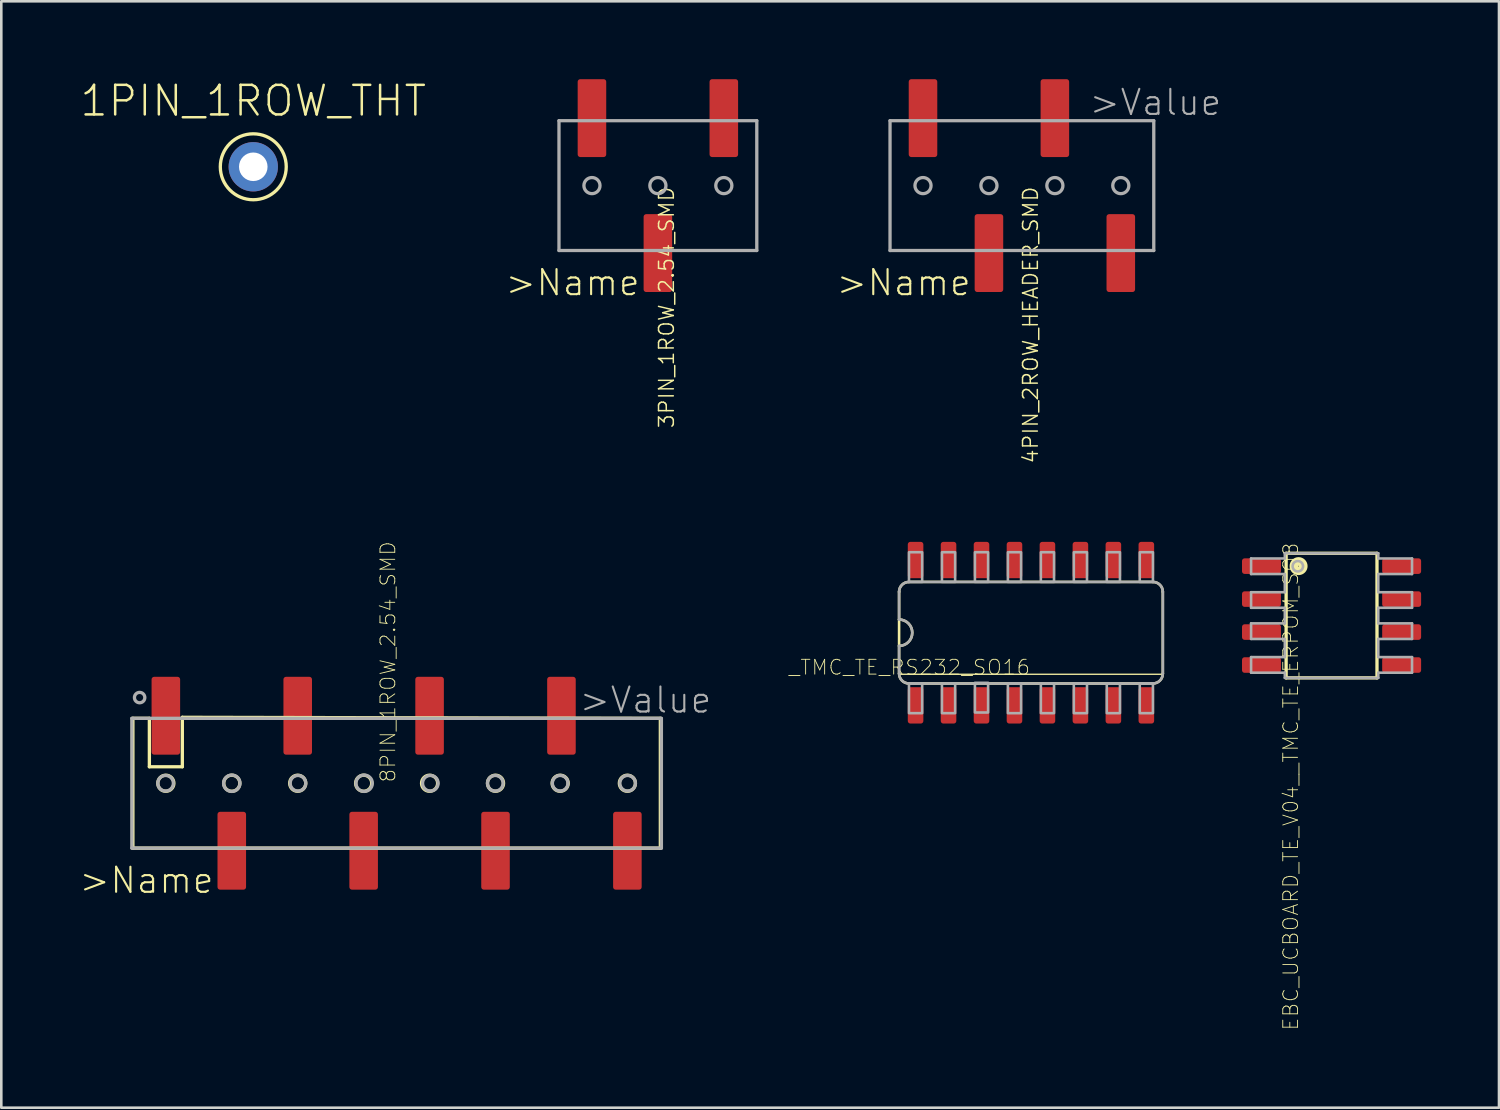
<source format=kicad_pcb>
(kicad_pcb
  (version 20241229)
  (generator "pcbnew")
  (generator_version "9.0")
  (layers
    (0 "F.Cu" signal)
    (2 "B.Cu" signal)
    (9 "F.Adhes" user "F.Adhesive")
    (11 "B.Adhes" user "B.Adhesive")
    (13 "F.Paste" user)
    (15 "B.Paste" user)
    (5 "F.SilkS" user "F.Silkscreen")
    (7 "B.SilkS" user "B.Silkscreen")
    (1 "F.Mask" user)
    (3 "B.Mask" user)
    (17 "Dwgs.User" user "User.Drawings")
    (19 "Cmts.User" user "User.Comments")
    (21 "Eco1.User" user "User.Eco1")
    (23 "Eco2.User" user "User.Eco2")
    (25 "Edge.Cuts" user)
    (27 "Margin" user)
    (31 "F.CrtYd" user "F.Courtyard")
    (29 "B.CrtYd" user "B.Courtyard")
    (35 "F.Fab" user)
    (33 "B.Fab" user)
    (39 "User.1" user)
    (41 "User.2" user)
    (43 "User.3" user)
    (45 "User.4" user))
  (footprint "EBC_UCBOARD_TE_V04__TMC_TE_ERPOM_SO8"
    (layer "F.Cu")
    (at 48.246 20.664)
    (property "Reference" "EBC_UCBOARD_TE_V04__TMC_TE_ERPOM_SO8" (at -1.905 -2.84 90) (layer "F.SilkS") (effects (font (size 0.57 0.57) (thickness 0.034)) (justify right top)))
    (attr through_hole)
    (fp_line (start -1.75 -2.4) (end -1.75 2.4) (stroke (width 0.127) (type solid)) (layer "F.SilkS"))
    (fp_line (start -1.75 2.4) (end 1.75 2.4) (stroke (width 0.127) (type solid)) (layer "F.SilkS"))
    (fp_line (start 1.75 -2.4) (end -1.75 -2.4) (stroke (width 0.127) (type solid)) (layer "F.SilkS"))
    (fp_line (start 1.75 2.4) (end 1.75 -2.4) (stroke (width 0.127) (type solid)) (layer "F.SilkS"))
    (fp_circle (center -1.27 -1.905) (end -1.24 -1.905) (stroke (width 0.127) (type solid)) (fill no) (layer "F.SilkS"))
    (fp_circle (center -1.27 -1.905) (end -1.19 -1.905) (stroke (width 0.127) (type solid)) (fill no) (layer "F.SilkS"))
    (fp_circle (center -1.27 -1.905) (end -1.09 -1.905) (stroke (width 0.127) (type solid)) (fill no) (layer "F.SilkS"))
    (fp_circle (center -1.27 -1.905) (end -0.987 -1.905) (stroke (width 0.127) (type solid)) (fill no) (layer "F.SilkS"))
    (fp_line (start -3.1 -2.2) (end -1.8 -2.2) (stroke (width 0.1) (type solid)) (layer "F.Fab"))
    (fp_line (start -3.1 -1.6) (end -3.1 -2.2) (stroke (width 0.1) (type solid)) (layer "F.Fab"))
    (fp_line (start -3.1 -0.9) (end -1.8 -0.9) (stroke (width 0.1) (type solid)) (layer "F.Fab"))
    (fp_line (start -3.1 -0.3) (end -3.1 -0.9) (stroke (width 0.1) (type solid)) (layer "F.Fab"))
    (fp_line (start -3.1 0.3) (end -1.8 0.3) (stroke (width 0.1) (type solid)) (layer "F.Fab"))
    (fp_line (start -3.1 0.9) (end -3.1 0.3) (stroke (width 0.1) (type solid)) (layer "F.Fab"))
    (fp_line (start -3.1 1.6) (end -1.8 1.6) (stroke (width 0.1) (type solid)) (layer "F.Fab"))
    (fp_line (start -3.1 2.2) (end -3.1 1.6) (stroke (width 0.1) (type solid)) (layer "F.Fab"))
    (fp_line (start -1.8 -2.4) (end 1.8 -2.4) (stroke (width 0.1) (type solid)) (layer "F.Fab"))
    (fp_line (start -1.8 -2.2) (end -1.8 -2.4) (stroke (width 0.1) (type solid)) (layer "F.Fab"))
    (fp_line (start -1.8 -1.6) (end -3.1 -1.6) (stroke (width 0.1) (type solid)) (layer "F.Fab"))
    (fp_line (start -1.8 -0.9) (end -1.8 -1.6) (stroke (width 0.1) (type solid)) (layer "F.Fab"))
    (fp_line (start -1.8 -0.3) (end -3.1 -0.3) (stroke (width 0.1) (type solid)) (layer "F.Fab"))
    (fp_line (start -1.8 0.3) (end -1.8 -0.3) (stroke (width 0.1) (type solid)) (layer "F.Fab"))
    (fp_line (start -1.8 0.9) (end -3.1 0.9) (stroke (width 0.1) (type solid)) (layer "F.Fab"))
    (fp_line (start -1.8 1.6) (end -1.8 0.9) (stroke (width 0.1) (type solid)) (layer "F.Fab"))
    (fp_line (start -1.8 2.2) (end -3.1 2.2) (stroke (width 0.1) (type solid)) (layer "F.Fab"))
    (fp_line (start -1.8 2.4) (end -1.8 2.2) (stroke (width 0.1) (type solid)) (layer "F.Fab"))
    (fp_line (start 1.8 -2.4) (end 1.8 -2.2) (stroke (width 0.1) (type solid)) (layer "F.Fab"))
    (fp_line (start 1.8 -2.2) (end 3.1 -2.2) (stroke (width 0.1) (type solid)) (layer "F.Fab"))
    (fp_line (start 1.8 -1.6) (end 1.8 -0.9) (stroke (width 0.1) (type solid)) (layer "F.Fab"))
    (fp_line (start 1.8 -0.9) (end 3.1 -0.9) (stroke (width 0.1) (type solid)) (layer "F.Fab"))
    (fp_line (start 1.8 -0.3) (end 1.8 0.3) (stroke (width 0.1) (type solid)) (layer "F.Fab"))
    (fp_line (start 1.8 0.3) (end 3.1 0.3) (stroke (width 0.1) (type solid)) (layer "F.Fab"))
    (fp_line (start 1.8 0.9) (end 1.8 1.6) (stroke (width 0.1) (type solid)) (layer "F.Fab"))
    (fp_line (start 1.8 1.6) (end 3.1 1.6) (stroke (width 0.1) (type solid)) (layer "F.Fab"))
    (fp_line (start 1.8 2.2) (end 1.8 2.4) (stroke (width 0.1) (type solid)) (layer "F.Fab"))
    (fp_line (start 1.8 2.4) (end -1.8 2.4) (stroke (width 0.1) (type solid)) (layer "F.Fab"))
    (fp_line (start 3.1 -2.2) (end 3.1 -1.6) (stroke (width 0.1) (type solid)) (layer "F.Fab"))
    (fp_line (start 3.1 -1.6) (end 1.8 -1.6) (stroke (width 0.1) (type solid)) (layer "F.Fab"))
    (fp_line (start 3.1 -0.9) (end 3.1 -0.3) (stroke (width 0.1) (type solid)) (layer "F.Fab"))
    (fp_line (start 3.1 -0.3) (end 1.8 -0.3) (stroke (width 0.1) (type solid)) (layer "F.Fab"))
    (fp_line (start 3.1 0.3) (end 3.1 0.9) (stroke (width 0.1) (type solid)) (layer "F.Fab"))
    (fp_line (start 3.1 0.9) (end 1.8 0.9) (stroke (width 0.1) (type solid)) (layer "F.Fab"))
    (fp_line (start 3.1 1.6) (end 3.1 2.2) (stroke (width 0.1) (type solid)) (layer "F.Fab"))
    (fp_line (start 3.1 2.2) (end 1.8 2.2) (stroke (width 0.1) (type solid)) (layer "F.Fab"))
    (fp_circle (center -1.3 -1.9) (end -1.1 -1.9) (stroke (width 0.1) (type solid)) (fill no) (layer "F.Fab"))
    (pad "1" smd roundrect (at -2.7 -1.905) (size 1.5 0.6) (layers "F.Cu" "F.Mask" "F.Paste") (roundrect_rratio 0.167))
    (pad "2" smd roundrect (at -2.7 -0.635) (size 1.5 0.6) (layers "F.Cu" "F.Mask" "F.Paste") (roundrect_rratio 0.167))
    (pad "3" smd roundrect (at -2.7 0.635) (size 1.5 0.6) (layers "F.Cu" "F.Mask" "F.Paste") (roundrect_rratio 0.167))
    (pad "4" smd roundrect (at -2.7 1.905) (size 1.5 0.6) (layers "F.Cu" "F.Mask" "F.Paste") (roundrect_rratio 0.167))
    (pad "5" smd roundrect (at 2.7 1.905) (size 1.5 0.6) (layers "F.Cu" "F.Mask" "F.Paste") (roundrect_rratio 0.167))
    (pad "6" smd roundrect (at 2.7 0.635) (size 1.5 0.6) (layers "F.Cu" "F.Mask" "F.Paste") (roundrect_rratio 0.167))
    (pad "7" smd roundrect (at 2.7 -0.635) (size 1.5 0.6) (layers "F.Cu" "F.Mask" "F.Paste") (roundrect_rratio 0.167))
    (pad "8" smd roundrect (at 2.7 -1.905) (size 1.5 0.6) (layers "F.Cu" "F.Mask" "F.Paste") (roundrect_rratio 0.167)))
  (footprint "4PIN_2ROW_HEADER_SMD"
    (layer "F.Cu")
    (at 36.317 4.1)
    (property "Reference" "4PIN_2ROW_HEADER_SMD" (at 0 0 270) (layer "F.SilkS") (effects (font (size 0.57 0.57) (thickness 0.057)) (justify right top)))
    (attr through_hole)
    (fp_line (start -5.08 2.5) (end -5.08 -2.5) (stroke (width 0.127) (type solid)) (layer "F.Fab"))
    (fp_line (start 5.08 -2.5) (end -5.08 -2.5) (stroke (width 0.127) (type solid)) (layer "F.Fab"))
    (fp_line (start 5.08 2.5) (end -5.08 2.5) (stroke (width 0.127) (type solid)) (layer "F.Fab"))
    (fp_line (start 5.08 2.5) (end 5.08 -2.5) (stroke (width 0.127) (type solid)) (layer "F.Fab"))
    (fp_circle (center -3.81 0) (end -3.5 0) (stroke (width 0.127) (type solid)) (fill no) (layer "F.Fab"))
    (fp_circle (center -1.27 0) (end -0.96 0) (stroke (width 0.127) (type solid)) (fill no) (layer "F.Fab"))
    (fp_circle (center 1.27 0) (end 1.58 0) (stroke (width 0.127) (type solid)) (fill no) (layer "F.Fab"))
    (fp_circle (center 3.81 0) (end 4.12 0) (stroke (width 0.127) (type solid)) (fill no) (layer "F.Fab"))
    (fp_text user ">Name" (at -1.905 3.175 0) (layer "F.SilkS") (effects (font (size 0.965 0.965) (thickness 0.081)) (justify right top)))
    (fp_text user ">Value" (at 2.54 -2.64 0) (layer "F.Fab") (effects (font (size 0.965 0.965) (thickness 0.081)) (justify left bottom)))
    (pad "1" smd roundrect (at -3.81 -2.6) (size 1.1 3) (layers "F.Cu" "F.Mask" "F.Paste") (roundrect_rratio 0.091))
    (pad "2" smd roundrect (at -1.27 2.6 180) (size 1.1 3) (layers "F.Cu" "F.Mask" "F.Paste") (roundrect_rratio 0.091))
    (pad "3" smd roundrect (at 1.27 -2.6) (size 1.1 3) (layers "F.Cu" "F.Mask" "F.Paste") (roundrect_rratio 0.091))
    (pad "4" smd roundrect (at 3.81 2.6 180) (size 1.1 3) (layers "F.Cu" "F.Mask" "F.Paste") (roundrect_rratio 0.091)))
  (footprint "8PIN_1ROW_2.54_SMD"
    (layer "F.Cu")
    (at 12.229 27.123)
    (property "Reference" "8PIN_1ROW_2.54_SMD" (at 0 0 270) (layer "F.SilkS") (effects (font (size 0.57 0.57) (thickness 0.034)) (justify left bottom)))
    (attr through_hole)
    (fp_line (start -10.16 2.5) (end -10.16 -2.5) (stroke (width 0.127) (type solid)) (layer "F.SilkS"))
    (fp_line (start -9.525 -2.5) (end -10.16 -2.5) (stroke (width 0.127) (type solid)) (layer "F.SilkS"))
    (fp_line (start -9.525 -0.635) (end -9.525 -2.5) (stroke (width 0.127) (type solid)) (layer "F.SilkS"))
    (fp_line (start -8.255 -2.54) (end -8.255 -0.635) (stroke (width 0.127) (type solid)) (layer "F.SilkS"))
    (fp_line (start -8.255 -0.635) (end -9.525 -0.635) (stroke (width 0.127) (type solid)) (layer "F.SilkS"))
    (fp_line (start 10.16 -2.5) (end -8.255 -2.54) (stroke (width 0.127) (type solid)) (layer "F.SilkS"))
    (fp_line (start 10.16 2.5) (end -10.16 2.5) (stroke (width 0.127) (type solid)) (layer "F.SilkS"))
    (fp_line (start 10.16 2.5) (end 10.16 -2.5) (stroke (width 0.127) (type solid)) (layer "F.SilkS"))
    (fp_circle (center -8.89 0) (end -8.58 0) (stroke (width 0.127) (type solid)) (fill no) (layer "F.SilkS"))
    (fp_circle (center -6.35 0) (end -6.04 0) (stroke (width 0.127) (type solid)) (fill no) (layer "F.SilkS"))
    (fp_circle (center -3.81 0) (end -3.5 0) (stroke (width 0.127) (type solid)) (fill no) (layer "F.SilkS"))
    (fp_circle (center -1.27 0) (end -0.96 0) (stroke (width 0.127) (type solid)) (fill no) (layer "F.SilkS"))
    (fp_circle (center 1.27 0) (end 1.58 0) (stroke (width 0.127) (type solid)) (fill no) (layer "F.SilkS"))
    (fp_circle (center 3.81 0) (end 4.12 0) (stroke (width 0.127) (type solid)) (fill no) (layer "F.SilkS"))
    (fp_circle (center 6.3 0) (end 6.61 0) (stroke (width 0.127) (type solid)) (fill no) (layer "F.SilkS"))
    (fp_circle (center 8.89 0) (end 9.2 0) (stroke (width 0.127) (type solid)) (fill no) (layer "F.SilkS"))
    (fp_line (start -10.2 -2.5) (end 10.2 -2.5) (stroke (width 0.127) (type solid)) (layer "F.Fab"))
    (fp_line (start -10.2 2.5) (end -10.2 -2.5) (stroke (width 0.127) (type solid)) (layer "F.Fab"))
    (fp_line (start 10.2 -2.5) (end 10.2 2.5) (stroke (width 0.127) (type solid)) (layer "F.Fab"))
    (fp_line (start 10.2 2.5) (end -10.2 2.5) (stroke (width 0.127) (type solid)) (layer "F.Fab"))
    (fp_circle (center -9.9 -3.3) (end -9.7 -3.3) (stroke (width 0.127) (type solid)) (fill no) (layer "F.Fab"))
    (fp_circle (center -8.9 0) (end -8.6 0) (stroke (width 0.127) (type solid)) (fill no) (layer "F.Fab"))
    (fp_circle (center -6.35 0) (end -6.034 0) (stroke (width 0.127) (type solid)) (fill no) (layer "F.Fab"))
    (fp_circle (center -3.8 0) (end -3.5 0) (stroke (width 0.127) (type solid)) (fill no) (layer "F.Fab"))
    (fp_circle (center -1.25 0) (end -0.934 0) (stroke (width 0.127) (type solid)) (fill no) (layer "F.Fab"))
    (fp_circle (center 1.3 0) (end 1.6 0) (stroke (width 0.127) (type solid)) (fill no) (layer "F.Fab"))
    (fp_circle (center 3.8 0) (end 4.1 0) (stroke (width 0.127) (type solid)) (fill no) (layer "F.Fab"))
    (fp_circle (center 6.3 0) (end 6.6 0) (stroke (width 0.127) (type solid)) (fill no) (layer "F.Fab"))
    (fp_circle (center 8.9 0) (end 9.2 0) (stroke (width 0.127) (type solid)) (fill no) (layer "F.Fab"))
    (fp_text user ">Name" (at -6.985 3.175 0) (layer "F.SilkS") (effects (font (size 0.965 0.965) (thickness 0.081)) (justify right top)))
    (fp_text user ">Value" (at 6.985 -2.64 0) (layer "F.Fab") (effects (font (size 0.965 0.965) (thickness 0.081)) (justify left bottom)))
    (pad "1" smd roundrect (at -8.89 -2.6) (size 1.1 3) (layers "F.Cu" "F.Mask" "F.Paste") (roundrect_rratio 0.091))
    (pad "2" smd roundrect (at -6.35 2.6 180) (size 1.1 3) (layers "F.Cu" "F.Mask" "F.Paste") (roundrect_rratio 0.091))
    (pad "3" smd roundrect (at -3.81 -2.6) (size 1.1 3) (layers "F.Cu" "F.Mask" "F.Paste") (roundrect_rratio 0.091))
    (pad "4" smd roundrect (at -1.27 2.6 180) (size 1.1 3) (layers "F.Cu" "F.Mask" "F.Paste") (roundrect_rratio 0.091))
    (pad "5" smd roundrect (at 1.27 -2.6) (size 1.1 3) (layers "F.Cu" "F.Mask" "F.Paste") (roundrect_rratio 0.091))
    (pad "6" smd roundrect (at 3.81 2.6 180) (size 1.1 3) (layers "F.Cu" "F.Mask" "F.Paste") (roundrect_rratio 0.091))
    (pad "7" smd roundrect (at 6.35 -2.6) (size 1.1 3) (layers "F.Cu" "F.Mask" "F.Paste") (roundrect_rratio 0.091))
    (pad "8" smd roundrect (at 8.89 2.6 180) (size 1.1 3) (layers "F.Cu" "F.Mask" "F.Paste") (roundrect_rratio 0.091)))
  (footprint "1PIN_1ROW_THT"
    (layer "F.Cu")
    (at 6.707 3.375)
    (property "Reference" "1PIN_1ROW_THT" (at 0 -2.54 0) (layer "F.SilkS") (effects (font (size 1.14 1.14) (thickness 0.096))))
    (attr through_hole)
    (fp_circle (center 0 0) (end 1.27 0) (stroke (width 0.127) (type solid)) (fill no) (layer "F.SilkS"))
    (pad "1" thru_hole circle (at 0 0 180) (size 1.9 1.9) (drill 1.1) (layers "*.Cu" "*.Mask")))
  (footprint "_TMC_TE_RS232_SO16"
    (layer "F.Cu")
    (at 36.666 21.324)
    (property "Reference" "_TMC_TE_RS232_SO16" (at 0 1 0) (layer "F.SilkS") (effects (font (size 0.57 0.57) (thickness 0.034)) (justify right top)))
    (attr through_hole)
    (fp_line (start -5.08 -1.575) (end -5.08 -0.508) (stroke (width 0.1) (type solid)) (layer "F.SilkS"))
    (fp_line (start -5.08 -0.508) (end -5.08 0.508) (stroke (width 0.1) (type solid)) (layer "F.SilkS"))
    (fp_line (start -5.08 0.508) (end -5.08 1.575) (stroke (width 0.1) (type solid)) (layer "F.SilkS"))
    (fp_line (start -5.08 1.6) (end 5.08 1.6) (stroke (width 0.051) (type solid)) (layer "F.SilkS"))
    (fp_line (start -4.699 1.956) (end 4.699 1.956) (stroke (width 0.1) (type solid)) (layer "F.SilkS"))
    (fp_line (start 4.699 -1.956) (end -4.699 -1.956) (stroke (width 0.1) (type solid)) (layer "F.SilkS"))
    (fp_line (start 5.08 1.575) (end 5.08 -1.575) (stroke (width 0.1) (type solid)) (layer "F.SilkS"))
    (fp_arc (start -5.08 -1.5748) (mid -4.968408 -1.844208) (end -4.699 -1.9558) (stroke (width 0.1) (type solid)) (layer "F.SilkS"))
    (fp_arc (start -5.08 -0.508) (mid -4.572 0) (end -5.08 0.508) (stroke (width 0.1) (type solid)) (layer "F.SilkS"))
    (fp_arc (start -4.699 1.9558) (mid -4.968408 1.844208) (end -5.08 1.5748) (stroke (width 0.1) (type solid)) (layer "F.SilkS"))
    (fp_arc (start 4.699 -1.9558) (mid 4.968408 -1.844208) (end 5.08 -1.5748) (stroke (width 0.1) (type solid)) (layer "F.SilkS"))
    (fp_arc (start 5.08 1.5748) (mid 4.968408 1.844208) (end 4.699 1.9558) (stroke (width 0.1) (type solid)) (layer "F.SilkS"))
    (fp_line (start -5.08 -1.575) (end -5.08 -0.508) (stroke (width 0.1) (type solid)) (layer "F.Fab"))
    (fp_line (start -5.08 0.508) (end -5.08 1.575) (stroke (width 0.1) (type solid)) (layer "F.Fab"))
    (fp_line (start -4.699 1.956) (end 4.699 1.956) (stroke (width 0.1) (type solid)) (layer "F.Fab"))
    (fp_line (start 4.699 -1.956) (end -4.699 -1.956) (stroke (width 0.1) (type solid)) (layer "F.Fab"))
    (fp_line (start 5.08 1.575) (end 5.08 -1.575) (stroke (width 0.1) (type solid)) (layer "F.Fab"))
    (fp_arc (start -5.08 -1.5748) (mid -4.968408 -1.844208) (end -4.699 -1.9558) (stroke (width 0.1) (type solid)) (layer "F.Fab"))
    (fp_arc (start -5.08 -0.508) (mid -4.572 0) (end -5.08 0.508) (stroke (width 0.1) (type solid)) (layer "F.Fab"))
    (fp_arc (start -4.699 1.9558) (mid -4.968408 1.844208) (end -5.08 1.5748) (stroke (width 0.1) (type solid)) (layer "F.Fab"))
    (fp_arc (start 4.699 -1.9558) (mid 4.968408 -1.844208) (end 5.08 -1.5748) (stroke (width 0.1) (type solid)) (layer "F.Fab"))
    (fp_arc (start 5.08 1.5748) (mid 4.968408 1.844208) (end 4.699 1.9558) (stroke (width 0.1) (type solid)) (layer "F.Fab"))
    (fp_poly (pts (xy -4.699 -1.956) (xy -4.191 -1.956) (xy -4.191 -3.099) (xy -4.699 -3.099)) (stroke (width 0.1) (type solid)) (fill no) (layer "F.Fab"))
    (fp_poly (pts (xy -4.699 3.099) (xy -4.191 3.099) (xy -4.191 1.956) (xy -4.699 1.956)) (stroke (width 0.1) (type solid)) (fill no) (layer "F.Fab"))
    (fp_poly (pts (xy -3.429 -1.956) (xy -2.921 -1.956) (xy -2.921 -3.099) (xy -3.429 -3.099)) (stroke (width 0.1) (type solid)) (fill no) (layer "F.Fab"))
    (fp_poly (pts (xy -3.429 3.099) (xy -2.921 3.099) (xy -2.921 1.956) (xy -3.429 1.956)) (stroke (width 0.1) (type solid)) (fill no) (layer "F.Fab"))
    (fp_poly (pts (xy -2.159 -1.956) (xy -1.651 -1.956) (xy -1.651 -3.099) (xy -2.159 -3.099)) (stroke (width 0.1) (type solid)) (fill no) (layer "F.Fab"))
    (fp_poly (pts (xy -2.159 3.073) (xy -1.651 3.073) (xy -1.651 1.93) (xy -2.159 1.93)) (stroke (width 0.1) (type solid)) (fill no) (layer "F.Fab"))
    (fp_poly (pts (xy -0.889 -1.956) (xy -0.381 -1.956) (xy -0.381 -3.099) (xy -0.889 -3.099)) (stroke (width 0.1) (type solid)) (fill no) (layer "F.Fab"))
    (fp_poly (pts (xy -0.889 3.099) (xy -0.381 3.099) (xy -0.381 1.956) (xy -0.889 1.956)) (stroke (width 0.1) (type solid)) (fill no) (layer "F.Fab"))
    (fp_poly (pts (xy 0.381 -1.956) (xy 0.889 -1.956) (xy 0.889 -3.099) (xy 0.381 -3.099)) (stroke (width 0.1) (type solid)) (fill no) (layer "F.Fab"))
    (fp_poly (pts (xy 0.381 3.099) (xy 0.889 3.099) (xy 0.889 1.956) (xy 0.381 1.956)) (stroke (width 0.1) (type solid)) (fill no) (layer "F.Fab"))
    (fp_poly (pts (xy 1.651 -1.956) (xy 2.159 -1.956) (xy 2.159 -3.099) (xy 1.651 -3.099)) (stroke (width 0.1) (type solid)) (fill no) (layer "F.Fab"))
    (fp_poly (pts (xy 1.651 3.099) (xy 2.159 3.099) (xy 2.159 1.956) (xy 1.651 1.956)) (stroke (width 0.1) (type solid)) (fill no) (layer "F.Fab"))
    (fp_poly (pts (xy 2.921 -1.956) (xy 3.429 -1.956) (xy 3.429 -3.099) (xy 2.921 -3.099)) (stroke (width 0.1) (type solid)) (fill no) (layer "F.Fab"))
    (fp_poly (pts (xy 2.921 3.099) (xy 3.429 3.099) (xy 3.429 1.956) (xy 2.921 1.956)) (stroke (width 0.1) (type solid)) (fill no) (layer "F.Fab"))
    (fp_poly (pts (xy 4.191 -1.956) (xy 4.699 -1.956) (xy 4.699 -3.099) (xy 4.191 -3.099)) (stroke (width 0.1) (type solid)) (fill no) (layer "F.Fab"))
    (fp_poly (pts (xy 4.191 3.099) (xy 4.699 3.099) (xy 4.699 1.956) (xy 4.191 1.956)) (stroke (width 0.1) (type solid)) (fill no) (layer "F.Fab"))
    (pad "1" smd roundrect (at -4.445 2.8) (size 0.6 1.4) (layers "F.Cu" "F.Mask" "F.Paste") (roundrect_rratio 0.167))
    (pad "2" smd roundrect (at -3.175 2.8) (size 0.6 1.4) (layers "F.Cu" "F.Mask" "F.Paste") (roundrect_rratio 0.167))
    (pad "3" smd roundrect (at -1.905 2.8) (size 0.6 1.4) (layers "F.Cu" "F.Mask" "F.Paste") (roundrect_rratio 0.167))
    (pad "4" smd roundrect (at -0.635 2.8) (size 0.6 1.4) (layers "F.Cu" "F.Mask" "F.Paste") (roundrect_rratio 0.167))
    (pad "5" smd roundrect (at 0.635 2.8) (size 0.6 1.4) (layers "F.Cu" "F.Mask" "F.Paste") (roundrect_rratio 0.167))
    (pad "6" smd roundrect (at 1.905 2.8) (size 0.6 1.4) (layers "F.Cu" "F.Mask" "F.Paste") (roundrect_rratio 0.167))
    (pad "7" smd roundrect (at 3.175 2.8) (size 0.6 1.4) (layers "F.Cu" "F.Mask" "F.Paste") (roundrect_rratio 0.167))
    (pad "8" smd roundrect (at 4.445 2.8) (size 0.6 1.4) (layers "F.Cu" "F.Mask" "F.Paste") (roundrect_rratio 0.167))
    (pad "9" smd roundrect (at 4.445 -2.8) (size 0.6 1.4) (layers "F.Cu" "F.Mask" "F.Paste") (roundrect_rratio 0.167))
    (pad "10" smd roundrect (at 3.175 -2.8) (size 0.6 1.4) (layers "F.Cu" "F.Mask" "F.Paste") (roundrect_rratio 0.167))
    (pad "11" smd roundrect (at 1.905 -2.8) (size 0.6 1.4) (layers "F.Cu" "F.Mask" "F.Paste") (roundrect_rratio 0.167))
    (pad "12" smd roundrect (at 0.635 -2.8) (size 0.6 1.4) (layers "F.Cu" "F.Mask" "F.Paste") (roundrect_rratio 0.167))
    (pad "13" smd roundrect (at -0.635 -2.8) (size 0.6 1.4) (layers "F.Cu" "F.Mask" "F.Paste") (roundrect_rratio 0.167))
    (pad "14" smd roundrect (at -1.905 -2.8) (size 0.6 1.4) (layers "F.Cu" "F.Mask" "F.Paste") (roundrect_rratio 0.167))
    (pad "15" smd roundrect (at -3.175 -2.8) (size 0.6 1.4) (layers "F.Cu" "F.Mask" "F.Paste") (roundrect_rratio 0.167))
    (pad "16" smd roundrect (at -4.445 -2.8) (size 0.6 1.4) (layers "F.Cu" "F.Mask" "F.Paste") (roundrect_rratio 0.167)))
  (footprint "3PIN_1ROW_2.54_SMD"
    (layer "F.Cu")
    (at 22.294 4.1)
    (property "Reference" "3PIN_1ROW_2.54_SMD" (at 0 0 90) (layer "F.SilkS") (effects (font (size 0.57 0.57) (thickness 0.057)) (justify right top)))
    (attr through_hole)
    (fp_line (start -3.81 2.5) (end -3.81 -2.5) (stroke (width 0.127) (type solid)) (layer "F.Fab"))
    (fp_line (start 3.81 -2.5) (end -3.81 -2.5) (stroke (width 0.127) (type solid)) (layer "F.Fab"))
    (fp_line (start 3.81 2.5) (end -3.81 2.5) (stroke (width 0.127) (type solid)) (layer "F.Fab"))
    (fp_line (start 3.81 2.5) (end 3.81 -2.5) (stroke (width 0.127) (type solid)) (layer "F.Fab"))
    (fp_circle (center -2.54 0) (end -2.23 0) (stroke (width 0.127) (type solid)) (fill no) (layer "F.Fab"))
    (fp_circle (center 0 0) (end 0.31 0) (stroke (width 0.127) (type solid)) (fill no) (layer "F.Fab"))
    (fp_circle (center 2.54 0) (end 2.85 0) (stroke (width 0.127) (type solid)) (fill no) (layer "F.Fab"))
    (fp_text user ">Name" (at -0.635 3.175 0) (layer "F.SilkS") (effects (font (size 0.965 0.965) (thickness 0.081)) (justify right top)))
    (pad "1" smd roundrect (at -2.54 -2.6) (size 1.1 3) (layers "F.Cu" "F.Mask" "F.Paste") (roundrect_rratio 0.091))
    (pad "2" smd roundrect (at 0 2.6 180) (size 1.1 3) (layers "F.Cu" "F.Mask" "F.Paste") (roundrect_rratio 0.091))
    (pad "3" smd roundrect (at 2.54 -2.6) (size 1.1 3) (layers "F.Cu" "F.Mask" "F.Paste") (roundrect_rratio 0.091)))
  (gr_rect
    (start -3 -3)
    (end 54.696 39.623)
    (stroke (width 0.1) (type default))
    (fill no)
    (layer "Edge.Cuts")))
</source>
